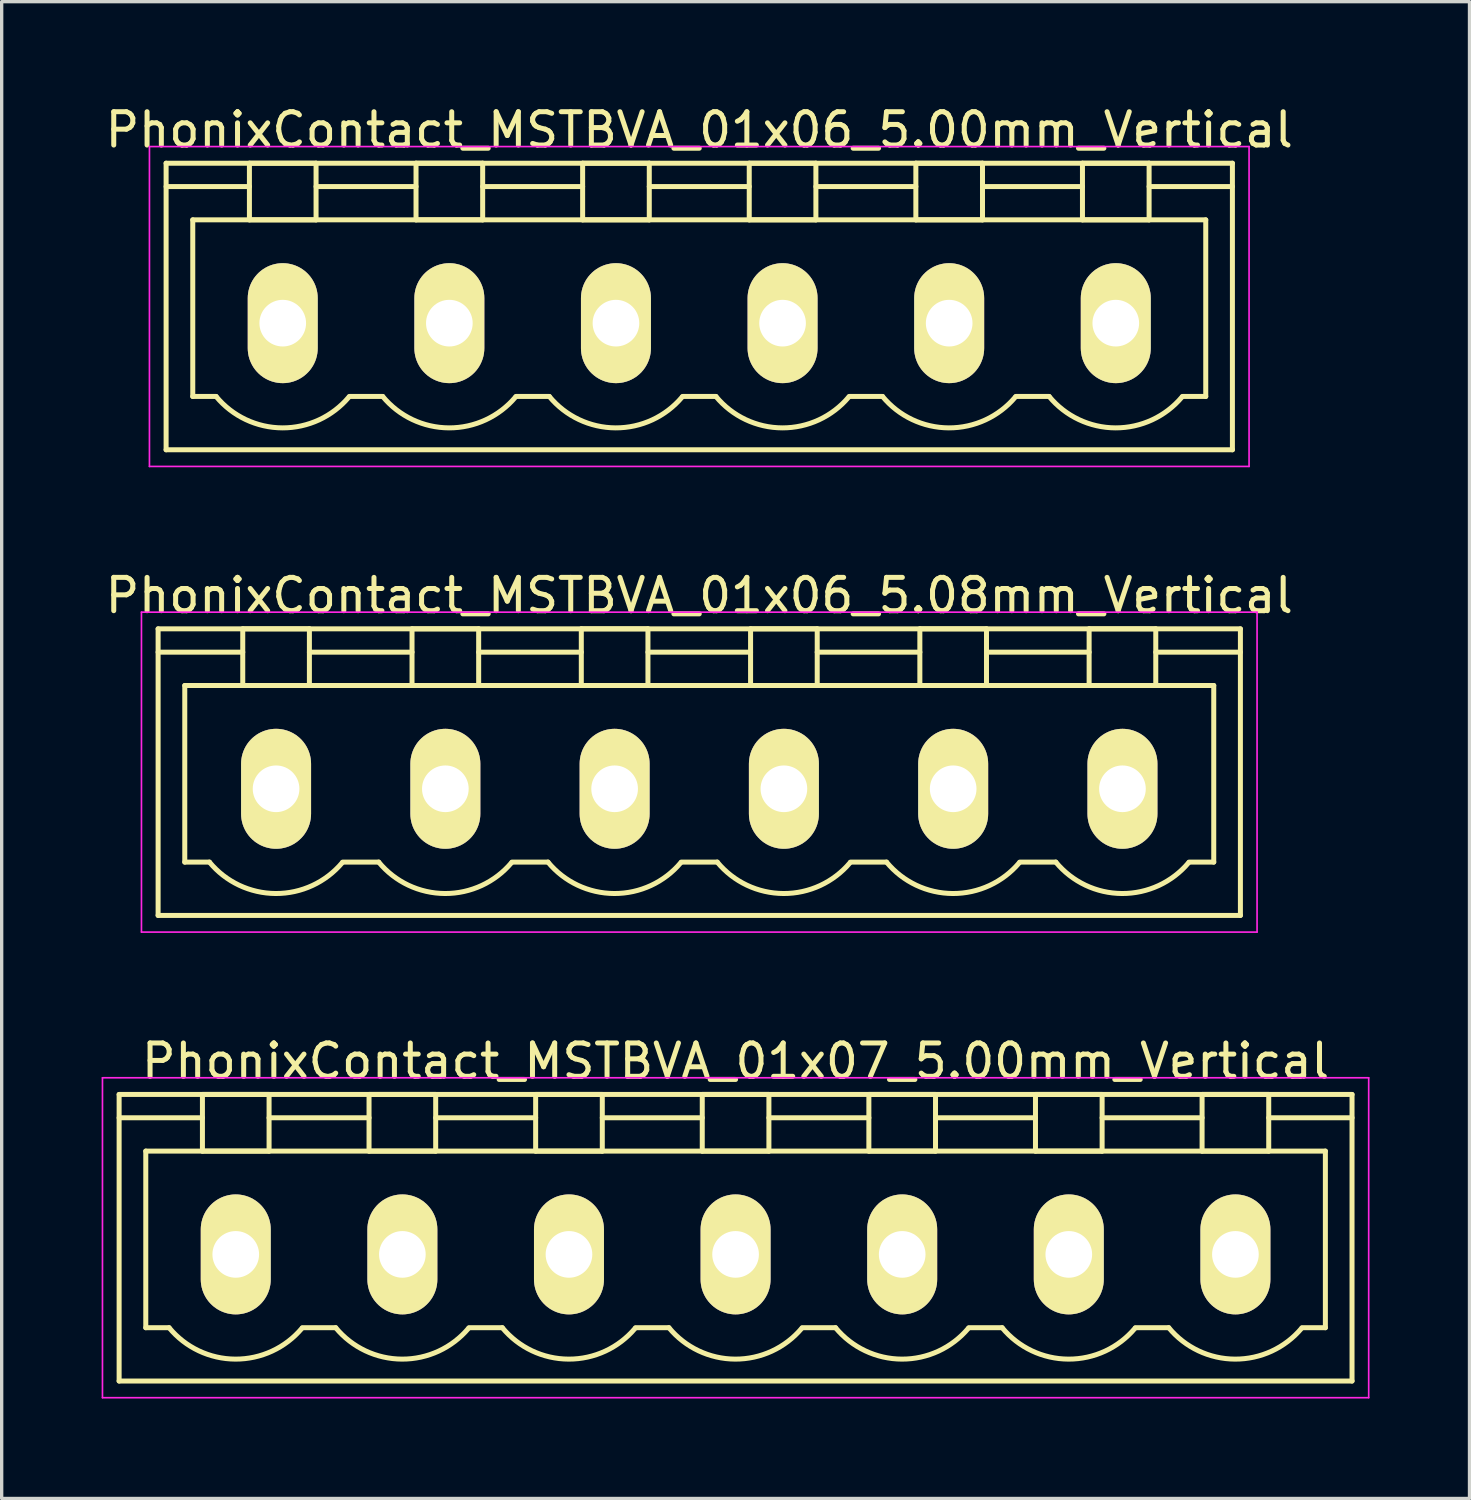
<source format=kicad_pcb>
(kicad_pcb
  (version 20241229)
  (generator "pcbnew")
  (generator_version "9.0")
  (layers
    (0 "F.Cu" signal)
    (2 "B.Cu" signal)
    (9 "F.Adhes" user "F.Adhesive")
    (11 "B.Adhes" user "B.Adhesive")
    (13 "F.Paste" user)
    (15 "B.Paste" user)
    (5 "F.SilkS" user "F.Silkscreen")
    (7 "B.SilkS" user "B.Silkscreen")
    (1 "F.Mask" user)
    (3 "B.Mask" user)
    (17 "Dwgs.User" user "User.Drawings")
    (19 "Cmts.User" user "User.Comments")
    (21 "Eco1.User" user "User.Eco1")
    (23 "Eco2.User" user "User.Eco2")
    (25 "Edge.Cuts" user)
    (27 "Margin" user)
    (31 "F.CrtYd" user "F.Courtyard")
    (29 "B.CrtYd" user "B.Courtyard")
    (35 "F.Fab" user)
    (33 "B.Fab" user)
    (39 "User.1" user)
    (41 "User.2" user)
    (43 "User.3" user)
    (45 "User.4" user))
  (footprint "PhonixContact_MSTBVA_01x07_5.00mm_Vertical"
    (layer "F.Cu")
    (at 4.025 34.595)
    (property "Reference" "PhonixContact_MSTBVA_01x07_5.00mm_Vertical" (at 15 -5.8 0) (layer "F.SilkS") (effects (font (size 1 1) (thickness 0.15))))
    (attr through_hole)
    (fp_line (start -3.5 -4.8) (end -3.5 3.8) (stroke (width 0.15) (type solid)) (layer "F.SilkS"))
    (fp_line (start -3.5 -4.1) (end -1 -4.1) (stroke (width 0.15) (type solid)) (layer "F.SilkS"))
    (fp_line (start -3.5 3.8) (end 33.5 3.8) (stroke (width 0.15) (type solid)) (layer "F.SilkS"))
    (fp_line (start -2.7 -3.1) (end 32.7 -3.1) (stroke (width 0.15) (type solid)) (layer "F.SilkS"))
    (fp_line (start -2.7 2.2) (end -2.7 -3.1) (stroke (width 0.15) (type solid)) (layer "F.SilkS"))
    (fp_line (start -2 2.2) (end -2.7 2.2) (stroke (width 0.15) (type solid)) (layer "F.SilkS"))
    (fp_line (start -1 -4.8) (end 1 -4.8) (stroke (width 0.15) (type solid)) (layer "F.SilkS"))
    (fp_line (start -1 -3.1) (end -1 -4.8) (stroke (width 0.15) (type solid)) (layer "F.SilkS"))
    (fp_line (start 1 -4.8) (end 1 -3.1) (stroke (width 0.15) (type solid)) (layer "F.SilkS"))
    (fp_line (start 1 -4.1) (end 4 -4.1) (stroke (width 0.15) (type solid)) (layer "F.SilkS"))
    (fp_line (start 1 -3.1) (end -1 -3.1) (stroke (width 0.15) (type solid)) (layer "F.SilkS"))
    (fp_line (start 2 2.2) (end 3 2.2) (stroke (width 0.15) (type solid)) (layer "F.SilkS"))
    (fp_line (start 4 -4.8) (end 6 -4.8) (stroke (width 0.15) (type solid)) (layer "F.SilkS"))
    (fp_line (start 4 -3.1) (end 4 -4.8) (stroke (width 0.15) (type solid)) (layer "F.SilkS"))
    (fp_line (start 6 -4.8) (end 6 -3.1) (stroke (width 0.15) (type solid)) (layer "F.SilkS"))
    (fp_line (start 6 -4.1) (end 9 -4.1) (stroke (width 0.15) (type solid)) (layer "F.SilkS"))
    (fp_line (start 6 -3.1) (end 4 -3.1) (stroke (width 0.15) (type solid)) (layer "F.SilkS"))
    (fp_line (start 7 2.2) (end 8 2.2) (stroke (width 0.15) (type solid)) (layer "F.SilkS"))
    (fp_line (start 9 -4.8) (end 11 -4.8) (stroke (width 0.15) (type solid)) (layer "F.SilkS"))
    (fp_line (start 9 -3.1) (end 9 -4.8) (stroke (width 0.15) (type solid)) (layer "F.SilkS"))
    (fp_line (start 11 -4.8) (end 11 -3.1) (stroke (width 0.15) (type solid)) (layer "F.SilkS"))
    (fp_line (start 11 -4.1) (end 14 -4.1) (stroke (width 0.15) (type solid)) (layer "F.SilkS"))
    (fp_line (start 11 -3.1) (end 9 -3.1) (stroke (width 0.15) (type solid)) (layer "F.SilkS"))
    (fp_line (start 12 2.2) (end 13 2.2) (stroke (width 0.15) (type solid)) (layer "F.SilkS"))
    (fp_line (start 14 -4.8) (end 16 -4.8) (stroke (width 0.15) (type solid)) (layer "F.SilkS"))
    (fp_line (start 14 -3.1) (end 14 -4.8) (stroke (width 0.15) (type solid)) (layer "F.SilkS"))
    (fp_line (start 16 -4.8) (end 16 -3.1) (stroke (width 0.15) (type solid)) (layer "F.SilkS"))
    (fp_line (start 16 -4.1) (end 19 -4.1) (stroke (width 0.15) (type solid)) (layer "F.SilkS"))
    (fp_line (start 16 -3.1) (end 14 -3.1) (stroke (width 0.15) (type solid)) (layer "F.SilkS"))
    (fp_line (start 17 2.2) (end 18 2.2) (stroke (width 0.15) (type solid)) (layer "F.SilkS"))
    (fp_line (start 19 -4.8) (end 21 -4.8) (stroke (width 0.15) (type solid)) (layer "F.SilkS"))
    (fp_line (start 19 -3.1) (end 19 -4.8) (stroke (width 0.15) (type solid)) (layer "F.SilkS"))
    (fp_line (start 21 -4.8) (end 21 -3.1) (stroke (width 0.15) (type solid)) (layer "F.SilkS"))
    (fp_line (start 21 -4.1) (end 24 -4.1) (stroke (width 0.15) (type solid)) (layer "F.SilkS"))
    (fp_line (start 21 -3.1) (end 19 -3.1) (stroke (width 0.15) (type solid)) (layer "F.SilkS"))
    (fp_line (start 22 2.2) (end 23 2.2) (stroke (width 0.15) (type solid)) (layer "F.SilkS"))
    (fp_line (start 24 -4.8) (end 26 -4.8) (stroke (width 0.15) (type solid)) (layer "F.SilkS"))
    (fp_line (start 24 -3.1) (end 24 -4.8) (stroke (width 0.15) (type solid)) (layer "F.SilkS"))
    (fp_line (start 26 -4.8) (end 26 -3.1) (stroke (width 0.15) (type solid)) (layer "F.SilkS"))
    (fp_line (start 26 -4.1) (end 29 -4.1) (stroke (width 0.15) (type solid)) (layer "F.SilkS"))
    (fp_line (start 26 -3.1) (end 24 -3.1) (stroke (width 0.15) (type solid)) (layer "F.SilkS"))
    (fp_line (start 27 2.2) (end 28 2.2) (stroke (width 0.15) (type solid)) (layer "F.SilkS"))
    (fp_line (start 29 -4.8) (end 31 -4.8) (stroke (width 0.15) (type solid)) (layer "F.SilkS"))
    (fp_line (start 29 -3.1) (end 29 -4.8) (stroke (width 0.15) (type solid)) (layer "F.SilkS"))
    (fp_line (start 31 -4.8) (end 31 -3.1) (stroke (width 0.15) (type solid)) (layer "F.SilkS"))
    (fp_line (start 31 -3.1) (end 29 -3.1) (stroke (width 0.15) (type solid)) (layer "F.SilkS"))
    (fp_line (start 32.7 -3.1) (end 32.7 2.2) (stroke (width 0.15) (type solid)) (layer "F.SilkS"))
    (fp_line (start 32.7 2.2) (end 32 2.2) (stroke (width 0.15) (type solid)) (layer "F.SilkS"))
    (fp_line (start 33.5 -4.8) (end -3.5 -4.8) (stroke (width 0.15) (type solid)) (layer "F.SilkS"))
    (fp_line (start 33.5 -4.1) (end 31 -4.1) (stroke (width 0.15) (type solid)) (layer "F.SilkS"))
    (fp_line (start 33.5 3.8) (end 33.5 -4.8) (stroke (width 0.15) (type solid)) (layer "F.SilkS"))
    (fp_arc (start 1.986842 2.215821) (mid -0.010289 3.142758) (end -2 2.2) (stroke (width 0.15) (type solid)) (layer "F.SilkS"))
    (fp_arc (start 6.986842 2.215821) (mid 4.989711 3.142758) (end 3 2.2) (stroke (width 0.15) (type solid)) (layer "F.SilkS"))
    (fp_arc (start 11.986842 2.215821) (mid 9.989711 3.142758) (end 8 2.2) (stroke (width 0.15) (type solid)) (layer "F.SilkS"))
    (fp_arc (start 16.986842 2.215821) (mid 14.989711 3.142758) (end 13 2.2) (stroke (width 0.15) (type solid)) (layer "F.SilkS"))
    (fp_arc (start 21.986842 2.215821) (mid 19.989711 3.142758) (end 18 2.2) (stroke (width 0.15) (type solid)) (layer "F.SilkS"))
    (fp_arc (start 26.986842 2.215821) (mid 24.989711 3.142758) (end 23 2.2) (stroke (width 0.15) (type solid)) (layer "F.SilkS"))
    (fp_arc (start 31.986842 2.215821) (mid 29.989711 3.142758) (end 28 2.2) (stroke (width 0.15) (type solid)) (layer "F.SilkS"))
    (fp_line (start -4 -5.3) (end -4 4.3) (stroke (width 0.05) (type solid)) (layer "F.CrtYd"))
    (fp_line (start -4 4.3) (end 34 4.3) (stroke (width 0.05) (type solid)) (layer "F.CrtYd"))
    (fp_line (start 34 -5.3) (end -4 -5.3) (stroke (width 0.05) (type solid)) (layer "F.CrtYd"))
    (fp_line (start 34 4.3) (end 34 -5.3) (stroke (width 0.05) (type solid)) (layer "F.CrtYd"))
    (pad "1" thru_hole oval (at 0 0) (size 2.1 3.6) (drill 1.4) (layers "*.Cu" "*.Mask" "F.SilkS"))
    (pad "2" thru_hole oval (at 5 0) (size 2.1 3.6) (drill 1.4) (layers "*.Cu" "*.Mask" "F.SilkS"))
    (pad "3" thru_hole oval (at 10 0) (size 2.1 3.6) (drill 1.4) (layers "*.Cu" "*.Mask" "F.SilkS"))
    (pad "4" thru_hole oval (at 15 0) (size 2.1 3.6) (drill 1.4) (layers "*.Cu" "*.Mask" "F.SilkS"))
    (pad "5" thru_hole oval (at 20 0) (size 2.1 3.6) (drill 1.4) (layers "*.Cu" "*.Mask" "F.SilkS"))
    (pad "6" thru_hole oval (at 25 0) (size 2.1 3.6) (drill 1.4) (layers "*.Cu" "*.Mask" "F.SilkS"))
    (pad "7" thru_hole oval (at 30 0) (size 2.1 3.6) (drill 1.4) (layers "*.Cu" "*.Mask" "F.SilkS")))
  (footprint "PhonixContact_MSTBVA_01x06_5.00mm_Vertical"
    (layer "F.Cu")
    (at 5.435 6.648)
    (property "Reference" "PhonixContact_MSTBVA_01x06_5.00mm_Vertical" (at 12.5 -5.8 0) (layer "F.SilkS") (effects (font (size 1 1) (thickness 0.15))))
    (attr through_hole)
    (fp_line (start -3.5 -4.8) (end -3.5 3.8) (stroke (width 0.15) (type solid)) (layer "F.SilkS"))
    (fp_line (start -3.5 -4.1) (end -1 -4.1) (stroke (width 0.15) (type solid)) (layer "F.SilkS"))
    (fp_line (start -3.5 3.8) (end 28.5 3.8) (stroke (width 0.15) (type solid)) (layer "F.SilkS"))
    (fp_line (start -2.7 -3.1) (end 27.7 -3.1) (stroke (width 0.15) (type solid)) (layer "F.SilkS"))
    (fp_line (start -2.7 2.2) (end -2.7 -3.1) (stroke (width 0.15) (type solid)) (layer "F.SilkS"))
    (fp_line (start -2 2.2) (end -2.7 2.2) (stroke (width 0.15) (type solid)) (layer "F.SilkS"))
    (fp_line (start -1 -4.8) (end 1 -4.8) (stroke (width 0.15) (type solid)) (layer "F.SilkS"))
    (fp_line (start -1 -3.1) (end -1 -4.8) (stroke (width 0.15) (type solid)) (layer "F.SilkS"))
    (fp_line (start 1 -4.8) (end 1 -3.1) (stroke (width 0.15) (type solid)) (layer "F.SilkS"))
    (fp_line (start 1 -4.1) (end 4 -4.1) (stroke (width 0.15) (type solid)) (layer "F.SilkS"))
    (fp_line (start 1 -3.1) (end -1 -3.1) (stroke (width 0.15) (type solid)) (layer "F.SilkS"))
    (fp_line (start 2 2.2) (end 3 2.2) (stroke (width 0.15) (type solid)) (layer "F.SilkS"))
    (fp_line (start 4 -4.8) (end 6 -4.8) (stroke (width 0.15) (type solid)) (layer "F.SilkS"))
    (fp_line (start 4 -3.1) (end 4 -4.8) (stroke (width 0.15) (type solid)) (layer "F.SilkS"))
    (fp_line (start 6 -4.8) (end 6 -3.1) (stroke (width 0.15) (type solid)) (layer "F.SilkS"))
    (fp_line (start 6 -4.1) (end 9 -4.1) (stroke (width 0.15) (type solid)) (layer "F.SilkS"))
    (fp_line (start 6 -3.1) (end 4 -3.1) (stroke (width 0.15) (type solid)) (layer "F.SilkS"))
    (fp_line (start 7 2.2) (end 8 2.2) (stroke (width 0.15) (type solid)) (layer "F.SilkS"))
    (fp_line (start 9 -4.8) (end 11 -4.8) (stroke (width 0.15) (type solid)) (layer "F.SilkS"))
    (fp_line (start 9 -3.1) (end 9 -4.8) (stroke (width 0.15) (type solid)) (layer "F.SilkS"))
    (fp_line (start 11 -4.8) (end 11 -3.1) (stroke (width 0.15) (type solid)) (layer "F.SilkS"))
    (fp_line (start 11 -4.1) (end 14 -4.1) (stroke (width 0.15) (type solid)) (layer "F.SilkS"))
    (fp_line (start 11 -3.1) (end 9 -3.1) (stroke (width 0.15) (type solid)) (layer "F.SilkS"))
    (fp_line (start 12 2.2) (end 13 2.2) (stroke (width 0.15) (type solid)) (layer "F.SilkS"))
    (fp_line (start 14 -4.8) (end 16 -4.8) (stroke (width 0.15) (type solid)) (layer "F.SilkS"))
    (fp_line (start 14 -3.1) (end 14 -4.8) (stroke (width 0.15) (type solid)) (layer "F.SilkS"))
    (fp_line (start 16 -4.8) (end 16 -3.1) (stroke (width 0.15) (type solid)) (layer "F.SilkS"))
    (fp_line (start 16 -4.1) (end 19 -4.1) (stroke (width 0.15) (type solid)) (layer "F.SilkS"))
    (fp_line (start 16 -3.1) (end 14 -3.1) (stroke (width 0.15) (type solid)) (layer "F.SilkS"))
    (fp_line (start 17 2.2) (end 18 2.2) (stroke (width 0.15) (type solid)) (layer "F.SilkS"))
    (fp_line (start 19 -4.8) (end 21 -4.8) (stroke (width 0.15) (type solid)) (layer "F.SilkS"))
    (fp_line (start 19 -3.1) (end 19 -4.8) (stroke (width 0.15) (type solid)) (layer "F.SilkS"))
    (fp_line (start 21 -4.8) (end 21 -3.1) (stroke (width 0.15) (type solid)) (layer "F.SilkS"))
    (fp_line (start 21 -4.1) (end 24 -4.1) (stroke (width 0.15) (type solid)) (layer "F.SilkS"))
    (fp_line (start 21 -3.1) (end 19 -3.1) (stroke (width 0.15) (type solid)) (layer "F.SilkS"))
    (fp_line (start 22 2.2) (end 23 2.2) (stroke (width 0.15) (type solid)) (layer "F.SilkS"))
    (fp_line (start 24 -4.8) (end 26 -4.8) (stroke (width 0.15) (type solid)) (layer "F.SilkS"))
    (fp_line (start 24 -3.1) (end 24 -4.8) (stroke (width 0.15) (type solid)) (layer "F.SilkS"))
    (fp_line (start 26 -4.8) (end 26 -3.1) (stroke (width 0.15) (type solid)) (layer "F.SilkS"))
    (fp_line (start 26 -3.1) (end 24 -3.1) (stroke (width 0.15) (type solid)) (layer "F.SilkS"))
    (fp_line (start 27.7 -3.1) (end 27.7 2.2) (stroke (width 0.15) (type solid)) (layer "F.SilkS"))
    (fp_line (start 27.7 2.2) (end 27 2.2) (stroke (width 0.15) (type solid)) (layer "F.SilkS"))
    (fp_line (start 28.5 -4.8) (end -3.5 -4.8) (stroke (width 0.15) (type solid)) (layer "F.SilkS"))
    (fp_line (start 28.5 -4.1) (end 26 -4.1) (stroke (width 0.15) (type solid)) (layer "F.SilkS"))
    (fp_line (start 28.5 3.8) (end 28.5 -4.8) (stroke (width 0.15) (type solid)) (layer "F.SilkS"))
    (fp_arc (start 1.986842 2.215821) (mid -0.010289 3.142758) (end -2 2.2) (stroke (width 0.15) (type solid)) (layer "F.SilkS"))
    (fp_arc (start 6.986842 2.215821) (mid 4.989711 3.142758) (end 3 2.2) (stroke (width 0.15) (type solid)) (layer "F.SilkS"))
    (fp_arc (start 11.986842 2.215821) (mid 9.989711 3.142758) (end 8 2.2) (stroke (width 0.15) (type solid)) (layer "F.SilkS"))
    (fp_arc (start 16.986842 2.215821) (mid 14.989711 3.142758) (end 13 2.2) (stroke (width 0.15) (type solid)) (layer "F.SilkS"))
    (fp_arc (start 21.986842 2.215821) (mid 19.989711 3.142758) (end 18 2.2) (stroke (width 0.15) (type solid)) (layer "F.SilkS"))
    (fp_arc (start 26.986842 2.215821) (mid 24.989711 3.142758) (end 23 2.2) (stroke (width 0.15) (type solid)) (layer "F.SilkS"))
    (fp_line (start -4 -5.3) (end -4 4.3) (stroke (width 0.05) (type solid)) (layer "F.CrtYd"))
    (fp_line (start -4 4.3) (end 29 4.3) (stroke (width 0.05) (type solid)) (layer "F.CrtYd"))
    (fp_line (start 29 -5.3) (end -4 -5.3) (stroke (width 0.05) (type solid)) (layer "F.CrtYd"))
    (fp_line (start 29 4.3) (end 29 -5.3) (stroke (width 0.05) (type solid)) (layer "F.CrtYd"))
    (pad "1" thru_hole oval (at 0 0) (size 2.1 3.6) (drill 1.4) (layers "*.Cu" "*.Mask" "F.SilkS"))
    (pad "2" thru_hole oval (at 5 0) (size 2.1 3.6) (drill 1.4) (layers "*.Cu" "*.Mask" "F.SilkS"))
    (pad "3" thru_hole oval (at 10 0) (size 2.1 3.6) (drill 1.4) (layers "*.Cu" "*.Mask" "F.SilkS"))
    (pad "4" thru_hole oval (at 15 0) (size 2.1 3.6) (drill 1.4) (layers "*.Cu" "*.Mask" "F.SilkS"))
    (pad "5" thru_hole oval (at 20 0) (size 2.1 3.6) (drill 1.4) (layers "*.Cu" "*.Mask" "F.SilkS"))
    (pad "6" thru_hole oval (at 25 0) (size 2.1 3.6) (drill 1.4) (layers "*.Cu" "*.Mask" "F.SilkS")))
  (footprint "PhonixContact_MSTBVA_01x06_5.08mm_Vertical"
    (layer "F.Cu")
    (at 5.235 20.622)
    (property "Reference" "PhonixContact_MSTBVA_01x06_5.08mm_Vertical" (at 12.7 -5.8 0) (layer "F.SilkS") (effects (font (size 1 1) (thickness 0.15))))
    (attr through_hole)
    (fp_line (start -3.54 -4.8) (end -3.54 3.8) (stroke (width 0.15) (type solid)) (layer "F.SilkS"))
    (fp_line (start -3.54 -4.1) (end -1 -4.1) (stroke (width 0.15) (type solid)) (layer "F.SilkS"))
    (fp_line (start -3.54 3.8) (end 28.94 3.8) (stroke (width 0.15) (type solid)) (layer "F.SilkS"))
    (fp_line (start -2.74 -3.1) (end 28.14 -3.1) (stroke (width 0.15) (type solid)) (layer "F.SilkS"))
    (fp_line (start -2.74 2.2) (end -2.74 -3.1) (stroke (width 0.15) (type solid)) (layer "F.SilkS"))
    (fp_line (start -2 2.2) (end -2.74 2.2) (stroke (width 0.15) (type solid)) (layer "F.SilkS"))
    (fp_line (start -1 -4.8) (end 1 -4.8) (stroke (width 0.15) (type solid)) (layer "F.SilkS"))
    (fp_line (start -1 -3.1) (end -1 -4.8) (stroke (width 0.15) (type solid)) (layer "F.SilkS"))
    (fp_line (start 1 -4.8) (end 1 -3.1) (stroke (width 0.15) (type solid)) (layer "F.SilkS"))
    (fp_line (start 1 -4.1) (end 4.08 -4.1) (stroke (width 0.15) (type solid)) (layer "F.SilkS"))
    (fp_line (start 1 -3.1) (end -1 -3.1) (stroke (width 0.15) (type solid)) (layer "F.SilkS"))
    (fp_line (start 2 2.2) (end 3.08 2.2) (stroke (width 0.15) (type solid)) (layer "F.SilkS"))
    (fp_line (start 4.08 -4.8) (end 6.08 -4.8) (stroke (width 0.15) (type solid)) (layer "F.SilkS"))
    (fp_line (start 4.08 -3.1) (end 4.08 -4.8) (stroke (width 0.15) (type solid)) (layer "F.SilkS"))
    (fp_line (start 6.08 -4.8) (end 6.08 -3.1) (stroke (width 0.15) (type solid)) (layer "F.SilkS"))
    (fp_line (start 6.08 -4.1) (end 9.16 -4.1) (stroke (width 0.15) (type solid)) (layer "F.SilkS"))
    (fp_line (start 6.08 -3.1) (end 4.08 -3.1) (stroke (width 0.15) (type solid)) (layer "F.SilkS"))
    (fp_line (start 7.08 2.2) (end 8.16 2.2) (stroke (width 0.15) (type solid)) (layer "F.SilkS"))
    (fp_line (start 9.16 -4.8) (end 11.16 -4.8) (stroke (width 0.15) (type solid)) (layer "F.SilkS"))
    (fp_line (start 9.16 -3.1) (end 9.16 -4.8) (stroke (width 0.15) (type solid)) (layer "F.SilkS"))
    (fp_line (start 11.16 -4.8) (end 11.16 -3.1) (stroke (width 0.15) (type solid)) (layer "F.SilkS"))
    (fp_line (start 11.16 -4.1) (end 14.24 -4.1) (stroke (width 0.15) (type solid)) (layer "F.SilkS"))
    (fp_line (start 11.16 -3.1) (end 9.16 -3.1) (stroke (width 0.15) (type solid)) (layer "F.SilkS"))
    (fp_line (start 12.16 2.2) (end 13.24 2.2) (stroke (width 0.15) (type solid)) (layer "F.SilkS"))
    (fp_line (start 14.24 -4.8) (end 16.24 -4.8) (stroke (width 0.15) (type solid)) (layer "F.SilkS"))
    (fp_line (start 14.24 -3.1) (end 14.24 -4.8) (stroke (width 0.15) (type solid)) (layer "F.SilkS"))
    (fp_line (start 16.24 -4.8) (end 16.24 -3.1) (stroke (width 0.15) (type solid)) (layer "F.SilkS"))
    (fp_line (start 16.24 -4.1) (end 19.32 -4.1) (stroke (width 0.15) (type solid)) (layer "F.SilkS"))
    (fp_line (start 16.24 -3.1) (end 14.24 -3.1) (stroke (width 0.15) (type solid)) (layer "F.SilkS"))
    (fp_line (start 17.24 2.2) (end 18.32 2.2) (stroke (width 0.15) (type solid)) (layer "F.SilkS"))
    (fp_line (start 19.32 -4.8) (end 21.32 -4.8) (stroke (width 0.15) (type solid)) (layer "F.SilkS"))
    (fp_line (start 19.32 -3.1) (end 19.32 -4.8) (stroke (width 0.15) (type solid)) (layer "F.SilkS"))
    (fp_line (start 21.32 -4.8) (end 21.32 -3.1) (stroke (width 0.15) (type solid)) (layer "F.SilkS"))
    (fp_line (start 21.32 -4.1) (end 24.4 -4.1) (stroke (width 0.15) (type solid)) (layer "F.SilkS"))
    (fp_line (start 21.32 -3.1) (end 19.32 -3.1) (stroke (width 0.15) (type solid)) (layer "F.SilkS"))
    (fp_line (start 22.32 2.2) (end 23.4 2.2) (stroke (width 0.15) (type solid)) (layer "F.SilkS"))
    (fp_line (start 24.4 -4.8) (end 26.4 -4.8) (stroke (width 0.15) (type solid)) (layer "F.SilkS"))
    (fp_line (start 24.4 -3.1) (end 24.4 -4.8) (stroke (width 0.15) (type solid)) (layer "F.SilkS"))
    (fp_line (start 26.4 -4.8) (end 26.4 -3.1) (stroke (width 0.15) (type solid)) (layer "F.SilkS"))
    (fp_line (start 26.4 -3.1) (end 24.4 -3.1) (stroke (width 0.15) (type solid)) (layer "F.SilkS"))
    (fp_line (start 28.14 -3.1) (end 28.14 2.2) (stroke (width 0.15) (type solid)) (layer "F.SilkS"))
    (fp_line (start 28.14 2.2) (end 27.4 2.2) (stroke (width 0.15) (type solid)) (layer "F.SilkS"))
    (fp_line (start 28.94 -4.8) (end -3.54 -4.8) (stroke (width 0.15) (type solid)) (layer "F.SilkS"))
    (fp_line (start 28.94 -4.1) (end 26.4 -4.1) (stroke (width 0.15) (type solid)) (layer "F.SilkS"))
    (fp_line (start 28.94 3.8) (end 28.94 -4.8) (stroke (width 0.15) (type solid)) (layer "F.SilkS"))
    (fp_arc (start 1.986842 2.215821) (mid -0.010289 3.142758) (end -2 2.2) (stroke (width 0.15) (type solid)) (layer "F.SilkS"))
    (fp_arc (start 7.066842 2.215821) (mid 5.069711 3.142758) (end 3.08 2.2) (stroke (width 0.15) (type solid)) (layer "F.SilkS"))
    (fp_arc (start 12.146842 2.215821) (mid 10.149711 3.142758) (end 8.16 2.2) (stroke (width 0.15) (type solid)) (layer "F.SilkS"))
    (fp_arc (start 17.226842 2.215821) (mid 15.229711 3.142758) (end 13.24 2.2) (stroke (width 0.15) (type solid)) (layer "F.SilkS"))
    (fp_arc (start 22.306842 2.215821) (mid 20.309711 3.142758) (end 18.32 2.2) (stroke (width 0.15) (type solid)) (layer "F.SilkS"))
    (fp_arc (start 27.386842 2.215821) (mid 25.389711 3.142758) (end 23.4 2.2) (stroke (width 0.15) (type solid)) (layer "F.SilkS"))
    (fp_line (start -4.04 -5.3) (end -4.04 4.3) (stroke (width 0.05) (type solid)) (layer "F.CrtYd"))
    (fp_line (start -4.04 4.3) (end 29.44 4.3) (stroke (width 0.05) (type solid)) (layer "F.CrtYd"))
    (fp_line (start 29.44 -5.3) (end -4.04 -5.3) (stroke (width 0.05) (type solid)) (layer "F.CrtYd"))
    (fp_line (start 29.44 4.3) (end 29.44 -5.3) (stroke (width 0.05) (type solid)) (layer "F.CrtYd"))
    (pad "1" thru_hole oval (at 0 0) (size 2.1 3.6) (drill 1.4) (layers "*.Cu" "*.Mask" "F.SilkS"))
    (pad "2" thru_hole oval (at 5.08 0) (size 2.1 3.6) (drill 1.4) (layers "*.Cu" "*.Mask" "F.SilkS"))
    (pad "3" thru_hole oval (at 10.16 0) (size 2.1 3.6) (drill 1.4) (layers "*.Cu" "*.Mask" "F.SilkS"))
    (pad "4" thru_hole oval (at 15.24 0) (size 2.1 3.6) (drill 1.4) (layers "*.Cu" "*.Mask" "F.SilkS"))
    (pad "5" thru_hole oval (at 20.32 0) (size 2.1 3.6) (drill 1.4) (layers "*.Cu" "*.Mask" "F.SilkS"))
    (pad "6" thru_hole oval (at 25.4 0) (size 2.1 3.6) (drill 1.4) (layers "*.Cu" "*.Mask" "F.SilkS")))
  (gr_rect
    (start -3 -3)
    (end 41.05 41.92)
    (stroke (width 0.1) (type default))
    (fill no)
    (layer "Edge.Cuts")))
</source>
